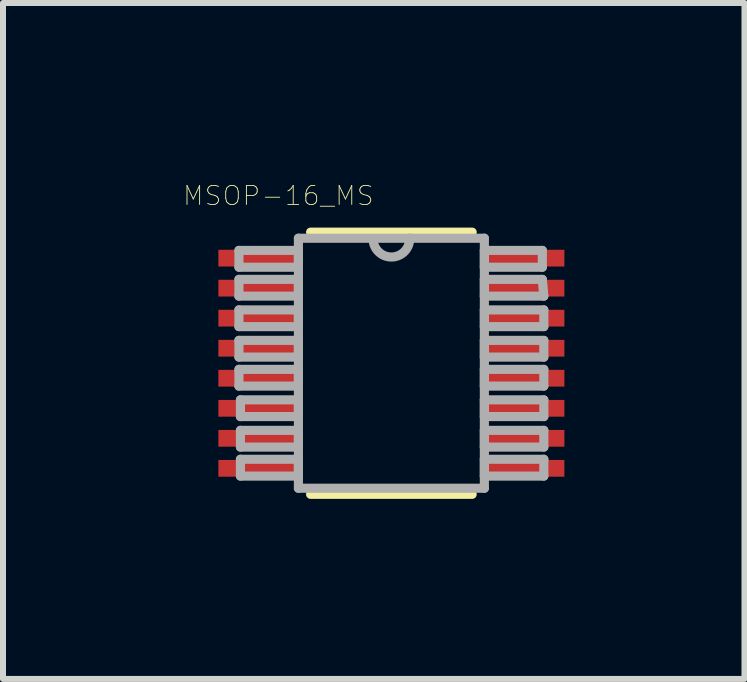
<source format=kicad_pcb>
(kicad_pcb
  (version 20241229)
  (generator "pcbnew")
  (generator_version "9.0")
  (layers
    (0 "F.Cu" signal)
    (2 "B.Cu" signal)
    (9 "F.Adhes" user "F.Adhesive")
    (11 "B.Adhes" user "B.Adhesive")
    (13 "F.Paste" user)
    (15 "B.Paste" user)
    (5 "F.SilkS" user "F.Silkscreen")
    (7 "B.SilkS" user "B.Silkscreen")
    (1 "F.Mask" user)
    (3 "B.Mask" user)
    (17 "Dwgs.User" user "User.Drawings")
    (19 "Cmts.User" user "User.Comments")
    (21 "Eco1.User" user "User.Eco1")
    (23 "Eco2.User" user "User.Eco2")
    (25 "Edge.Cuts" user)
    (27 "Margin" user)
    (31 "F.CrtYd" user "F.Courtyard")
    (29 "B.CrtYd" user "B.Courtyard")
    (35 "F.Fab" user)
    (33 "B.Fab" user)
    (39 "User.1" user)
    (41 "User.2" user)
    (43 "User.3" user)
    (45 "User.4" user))
  (footprint "MSOP-16_MS"
    (layer "F.Cu")
    (at 3.471 3.002)
    (property "Reference" "MSOP-16_MS" (at -1.883 -2.791 0) (layer "F.SilkS") (effects (font (size 0.315 0.315) (thickness 0.015))))
    (attr through_hole)
    (fp_line (start -1.346 2.184) (end 1.346 2.184) (stroke (width 0.152) (type solid)) (layer "F.SilkS"))
    (fp_line (start 1.346 -2.184) (end -1.346 -2.184) (stroke (width 0.152) (type solid)) (layer "F.SilkS"))
    (fp_line (start -2.54 -1.88) (end -2.54 -1.6) (stroke (width 0.152) (type solid)) (layer "F.Fab"))
    (fp_line (start -2.54 -1.6) (end -1.549 -1.6) (stroke (width 0.152) (type solid)) (layer "F.Fab"))
    (fp_line (start -2.54 -1.397) (end -2.54 -1.118) (stroke (width 0.152) (type solid)) (layer "F.Fab"))
    (fp_line (start -2.54 -1.118) (end -1.549 -1.118) (stroke (width 0.152) (type solid)) (layer "F.Fab"))
    (fp_line (start -2.54 -0.889) (end -2.54 -0.61) (stroke (width 0.152) (type solid)) (layer "F.Fab"))
    (fp_line (start -2.54 -0.61) (end -1.549 -0.61) (stroke (width 0.152) (type solid)) (layer "F.Fab"))
    (fp_line (start -2.54 -0.381) (end -2.54 -0.102) (stroke (width 0.152) (type solid)) (layer "F.Fab"))
    (fp_line (start -2.54 -0.102) (end -1.549 -0.102) (stroke (width 0.152) (type solid)) (layer "F.Fab"))
    (fp_line (start -2.54 0.102) (end -2.54 0.381) (stroke (width 0.152) (type solid)) (layer "F.Fab"))
    (fp_line (start -2.54 0.381) (end -1.549 0.381) (stroke (width 0.152) (type solid)) (layer "F.Fab"))
    (fp_line (start -2.515 0.61) (end -2.515 0.889) (stroke (width 0.152) (type solid)) (layer "F.Fab"))
    (fp_line (start -2.515 0.889) (end -1.549 0.889) (stroke (width 0.152) (type solid)) (layer "F.Fab"))
    (fp_line (start -2.515 1.118) (end -2.515 1.397) (stroke (width 0.152) (type solid)) (layer "F.Fab"))
    (fp_line (start -2.515 1.397) (end -1.549 1.397) (stroke (width 0.152) (type solid)) (layer "F.Fab"))
    (fp_line (start -2.515 1.6) (end -2.515 1.88) (stroke (width 0.152) (type solid)) (layer "F.Fab"))
    (fp_line (start -2.515 1.88) (end -1.549 1.88) (stroke (width 0.152) (type solid)) (layer "F.Fab"))
    (fp_line (start -1.549 -2.083) (end -1.549 2.083) (stroke (width 0.152) (type solid)) (layer "F.Fab"))
    (fp_line (start -1.549 -1.88) (end -2.54 -1.88) (stroke (width 0.152) (type solid)) (layer "F.Fab"))
    (fp_line (start -1.549 -1.6) (end -1.549 -1.88) (stroke (width 0.152) (type solid)) (layer "F.Fab"))
    (fp_line (start -1.549 -1.397) (end -2.54 -1.397) (stroke (width 0.152) (type solid)) (layer "F.Fab"))
    (fp_line (start -1.549 -1.118) (end -1.549 -1.397) (stroke (width 0.152) (type solid)) (layer "F.Fab"))
    (fp_line (start -1.549 -0.889) (end -2.54 -0.889) (stroke (width 0.152) (type solid)) (layer "F.Fab"))
    (fp_line (start -1.549 -0.61) (end -1.549 -0.889) (stroke (width 0.152) (type solid)) (layer "F.Fab"))
    (fp_line (start -1.549 -0.381) (end -2.54 -0.381) (stroke (width 0.152) (type solid)) (layer "F.Fab"))
    (fp_line (start -1.549 -0.102) (end -1.549 -0.381) (stroke (width 0.152) (type solid)) (layer "F.Fab"))
    (fp_line (start -1.549 0.102) (end -2.54 0.102) (stroke (width 0.152) (type solid)) (layer "F.Fab"))
    (fp_line (start -1.549 0.381) (end -1.549 0.102) (stroke (width 0.152) (type solid)) (layer "F.Fab"))
    (fp_line (start -1.549 0.61) (end -2.515 0.61) (stroke (width 0.152) (type solid)) (layer "F.Fab"))
    (fp_line (start -1.549 0.889) (end -1.549 0.61) (stroke (width 0.152) (type solid)) (layer "F.Fab"))
    (fp_line (start -1.549 1.118) (end -2.515 1.118) (stroke (width 0.152) (type solid)) (layer "F.Fab"))
    (fp_line (start -1.549 1.397) (end -1.549 1.118) (stroke (width 0.152) (type solid)) (layer "F.Fab"))
    (fp_line (start -1.549 1.6) (end -2.515 1.6) (stroke (width 0.152) (type solid)) (layer "F.Fab"))
    (fp_line (start -1.549 1.88) (end -1.549 1.6) (stroke (width 0.152) (type solid)) (layer "F.Fab"))
    (fp_line (start -1.549 2.083) (end 1.549 2.083) (stroke (width 0.152) (type solid)) (layer "F.Fab"))
    (fp_line (start 0.305 -2.083) (end -1.549 -2.083) (stroke (width 0.152) (type solid)) (layer "F.Fab"))
    (fp_line (start 1.549 -2.083) (end 0.305 -2.083) (stroke (width 0.152) (type solid)) (layer "F.Fab"))
    (fp_line (start 1.549 -1.88) (end 1.549 -1.6) (stroke (width 0.152) (type solid)) (layer "F.Fab"))
    (fp_line (start 1.549 -1.6) (end 2.515 -1.6) (stroke (width 0.152) (type solid)) (layer "F.Fab"))
    (fp_line (start 1.549 -1.397) (end 1.549 -1.118) (stroke (width 0.152) (type solid)) (layer "F.Fab"))
    (fp_line (start 1.549 -1.118) (end 2.54 -1.118) (stroke (width 0.152) (type solid)) (layer "F.Fab"))
    (fp_line (start 1.549 -0.889) (end 1.549 -0.61) (stroke (width 0.152) (type solid)) (layer "F.Fab"))
    (fp_line (start 1.549 -0.61) (end 2.54 -0.61) (stroke (width 0.152) (type solid)) (layer "F.Fab"))
    (fp_line (start 1.549 -0.381) (end 1.549 -0.102) (stroke (width 0.152) (type solid)) (layer "F.Fab"))
    (fp_line (start 1.549 -0.102) (end 2.54 -0.102) (stroke (width 0.152) (type solid)) (layer "F.Fab"))
    (fp_line (start 1.549 0.102) (end 1.549 0.381) (stroke (width 0.152) (type solid)) (layer "F.Fab"))
    (fp_line (start 1.549 0.381) (end 2.54 0.381) (stroke (width 0.152) (type solid)) (layer "F.Fab"))
    (fp_line (start 1.549 0.61) (end 1.549 0.889) (stroke (width 0.152) (type solid)) (layer "F.Fab"))
    (fp_line (start 1.549 0.889) (end 2.54 0.889) (stroke (width 0.152) (type solid)) (layer "F.Fab"))
    (fp_line (start 1.549 1.118) (end 1.549 1.397) (stroke (width 0.152) (type solid)) (layer "F.Fab"))
    (fp_line (start 1.549 1.397) (end 2.54 1.397) (stroke (width 0.152) (type solid)) (layer "F.Fab"))
    (fp_line (start 1.549 1.6) (end 1.549 1.88) (stroke (width 0.152) (type solid)) (layer "F.Fab"))
    (fp_line (start 1.549 1.88) (end 2.54 1.88) (stroke (width 0.152) (type solid)) (layer "F.Fab"))
    (fp_line (start 1.549 2.083) (end 1.549 -2.083) (stroke (width 0.152) (type solid)) (layer "F.Fab"))
    (fp_line (start 2.515 -1.88) (end 1.549 -1.88) (stroke (width 0.152) (type solid)) (layer "F.Fab"))
    (fp_line (start 2.515 -1.6) (end 2.515 -1.88) (stroke (width 0.152) (type solid)) (layer "F.Fab"))
    (fp_line (start 2.515 -1.397) (end 1.549 -1.397) (stroke (width 0.152) (type solid)) (layer "F.Fab"))
    (fp_line (start 2.54 -1.118) (end 2.515 -1.397) (stroke (width 0.152) (type solid)) (layer "F.Fab"))
    (fp_line (start 2.54 -0.889) (end 1.549 -0.889) (stroke (width 0.152) (type solid)) (layer "F.Fab"))
    (fp_line (start 2.54 -0.61) (end 2.54 -0.889) (stroke (width 0.152) (type solid)) (layer "F.Fab"))
    (fp_line (start 2.54 -0.381) (end 1.549 -0.381) (stroke (width 0.152) (type solid)) (layer "F.Fab"))
    (fp_line (start 2.54 -0.102) (end 2.54 -0.381) (stroke (width 0.152) (type solid)) (layer "F.Fab"))
    (fp_line (start 2.54 0.102) (end 1.549 0.102) (stroke (width 0.152) (type solid)) (layer "F.Fab"))
    (fp_line (start 2.54 0.381) (end 2.54 0.102) (stroke (width 0.152) (type solid)) (layer "F.Fab"))
    (fp_line (start 2.54 0.61) (end 1.549 0.61) (stroke (width 0.152) (type solid)) (layer "F.Fab"))
    (fp_line (start 2.54 0.889) (end 2.54 0.61) (stroke (width 0.152) (type solid)) (layer "F.Fab"))
    (fp_line (start 2.54 1.118) (end 1.549 1.118) (stroke (width 0.152) (type solid)) (layer "F.Fab"))
    (fp_line (start 2.54 1.397) (end 2.54 1.118) (stroke (width 0.152) (type solid)) (layer "F.Fab"))
    (fp_line (start 2.54 1.6) (end 1.549 1.6) (stroke (width 0.152) (type solid)) (layer "F.Fab"))
    (fp_line (start 2.54 1.88) (end 2.54 1.6) (stroke (width 0.152) (type solid)) (layer "F.Fab"))
    (fp_arc (start 0.3048 -2.0828) (mid 0.0127 -1.7653) (end -0.3048 -2.0574) (stroke (width 0.1524) (type solid)) (layer "F.Fab"))
    (pad "1" smd rect (at -2.184 -1.751) (size 1.397 0.279) (layers "F.Cu" "F.Mask" "F.Paste"))
    (pad "2" smd rect (at -2.184 -1.251) (size 1.397 0.279) (layers "F.Cu" "F.Mask" "F.Paste"))
    (pad "3" smd rect (at -2.184 -0.751) (size 1.397 0.279) (layers "F.Cu" "F.Mask" "F.Paste"))
    (pad "4" smd rect (at -2.184 -0.25) (size 1.397 0.279) (layers "F.Cu" "F.Mask" "F.Paste"))
    (pad "5" smd rect (at -2.184 0.25) (size 1.397 0.279) (layers "F.Cu" "F.Mask" "F.Paste"))
    (pad "6" smd rect (at -2.184 0.751) (size 1.397 0.279) (layers "F.Cu" "F.Mask" "F.Paste"))
    (pad "7" smd rect (at -2.184 1.251) (size 1.397 0.279) (layers "F.Cu" "F.Mask" "F.Paste"))
    (pad "8" smd rect (at -2.184 1.751) (size 1.397 0.279) (layers "F.Cu" "F.Mask" "F.Paste"))
    (pad "9" smd rect (at 2.184 1.751) (size 1.397 0.279) (layers "F.Cu" "F.Mask" "F.Paste"))
    (pad "10" smd rect (at 2.184 1.251) (size 1.397 0.279) (layers "F.Cu" "F.Mask" "F.Paste"))
    (pad "11" smd rect (at 2.184 0.751) (size 1.397 0.279) (layers "F.Cu" "F.Mask" "F.Paste"))
    (pad "12" smd rect (at 2.184 0.25) (size 1.397 0.279) (layers "F.Cu" "F.Mask" "F.Paste"))
    (pad "13" smd rect (at 2.184 -0.25) (size 1.397 0.279) (layers "F.Cu" "F.Mask" "F.Paste"))
    (pad "14" smd rect (at 2.184 -0.751) (size 1.397 0.279) (layers "F.Cu" "F.Mask" "F.Paste"))
    (pad "15" smd rect (at 2.184 -1.251) (size 1.397 0.279) (layers "F.Cu" "F.Mask" "F.Paste"))
    (pad "16" smd rect (at 2.184 -1.751) (size 1.397 0.279) (layers "F.Cu" "F.Mask" "F.Paste")))
  (gr_rect
    (start -3 -3)
    (end 9.354 8.262)
    (stroke (width 0.1) (type default))
    (fill no)
    (layer "Edge.Cuts")))
</source>
